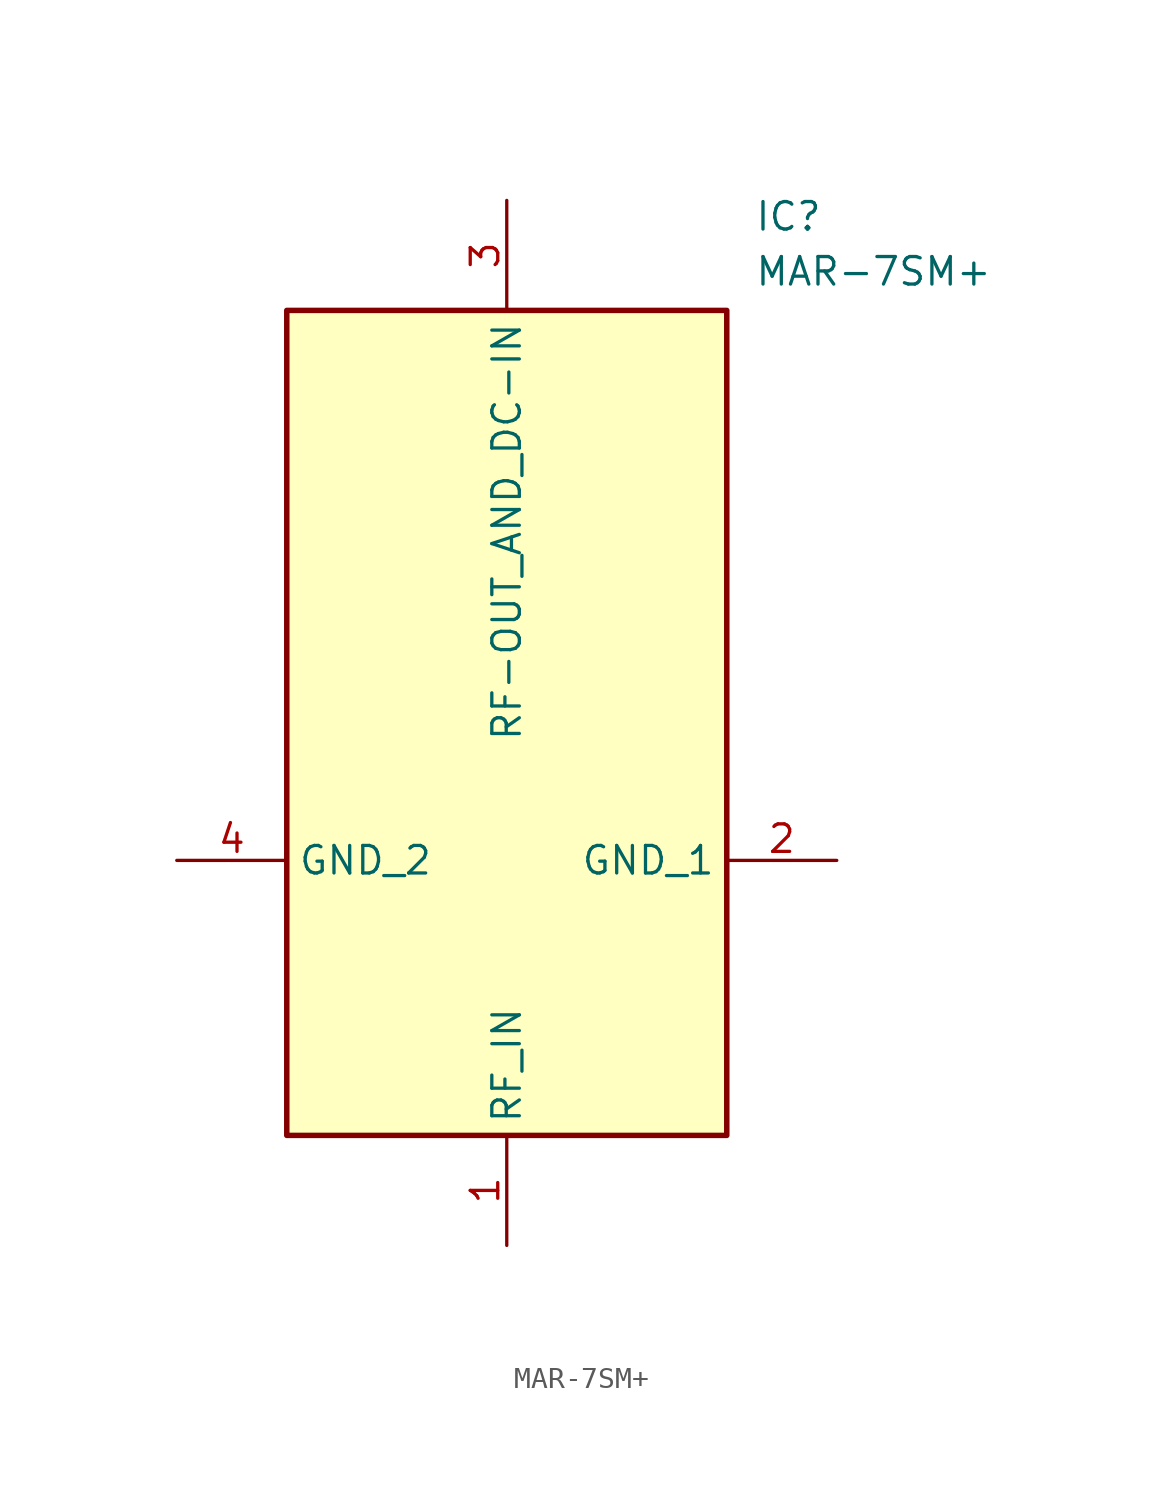
<source format=kicad_sym>
(kicad_symbol_lib
  (version 20211014)
  (generator SamacSys_ECAD_Model)
  (symbol "MAR-7SM+"
    (property "Reference" "IC"
      (at 26.67 30.48 0)
      (effects (font (size 1.27 1.27)) (justify left top)))
    (property "Value" "MAR-7SM+"
      (at 26.67 27.94 0)
      (effects (font (size 1.27 1.27)) (justify left top)))
    (rectangle
      (start 5.08 25.4)
      (end 25.4 -12.7)
      (stroke (width 0.254) (type default))
      (fill (type background)))
    (pin passive line
      (at 15.24 -17.78 90)
      (length 5.08)
      (name "RF_IN" (effects (font (size 1.27 1.27))))
      (number "1" (effects (font (size 1.27 1.27)))))
    (pin passive line
      (at 30.48 0 180)
      (length 5.08)
      (name "GND_1" (effects (font (size 1.27 1.27))))
      (number "2" (effects (font (size 1.27 1.27)))))
    (pin passive line
      (at 15.24 30.48 270)
      (length 5.08)
      (name "RF-OUT_AND_DC-IN" (effects (font (size 1.27 1.27))))
      (number "3" (effects (font (size 1.27 1.27)))))
    (pin passive line
      (at 0 0 0)
      (length 5.08)
      (name "GND_2" (effects (font (size 1.27 1.27))))
      (number "4" (effects (font (size 1.27 1.27)))))))
</source>
